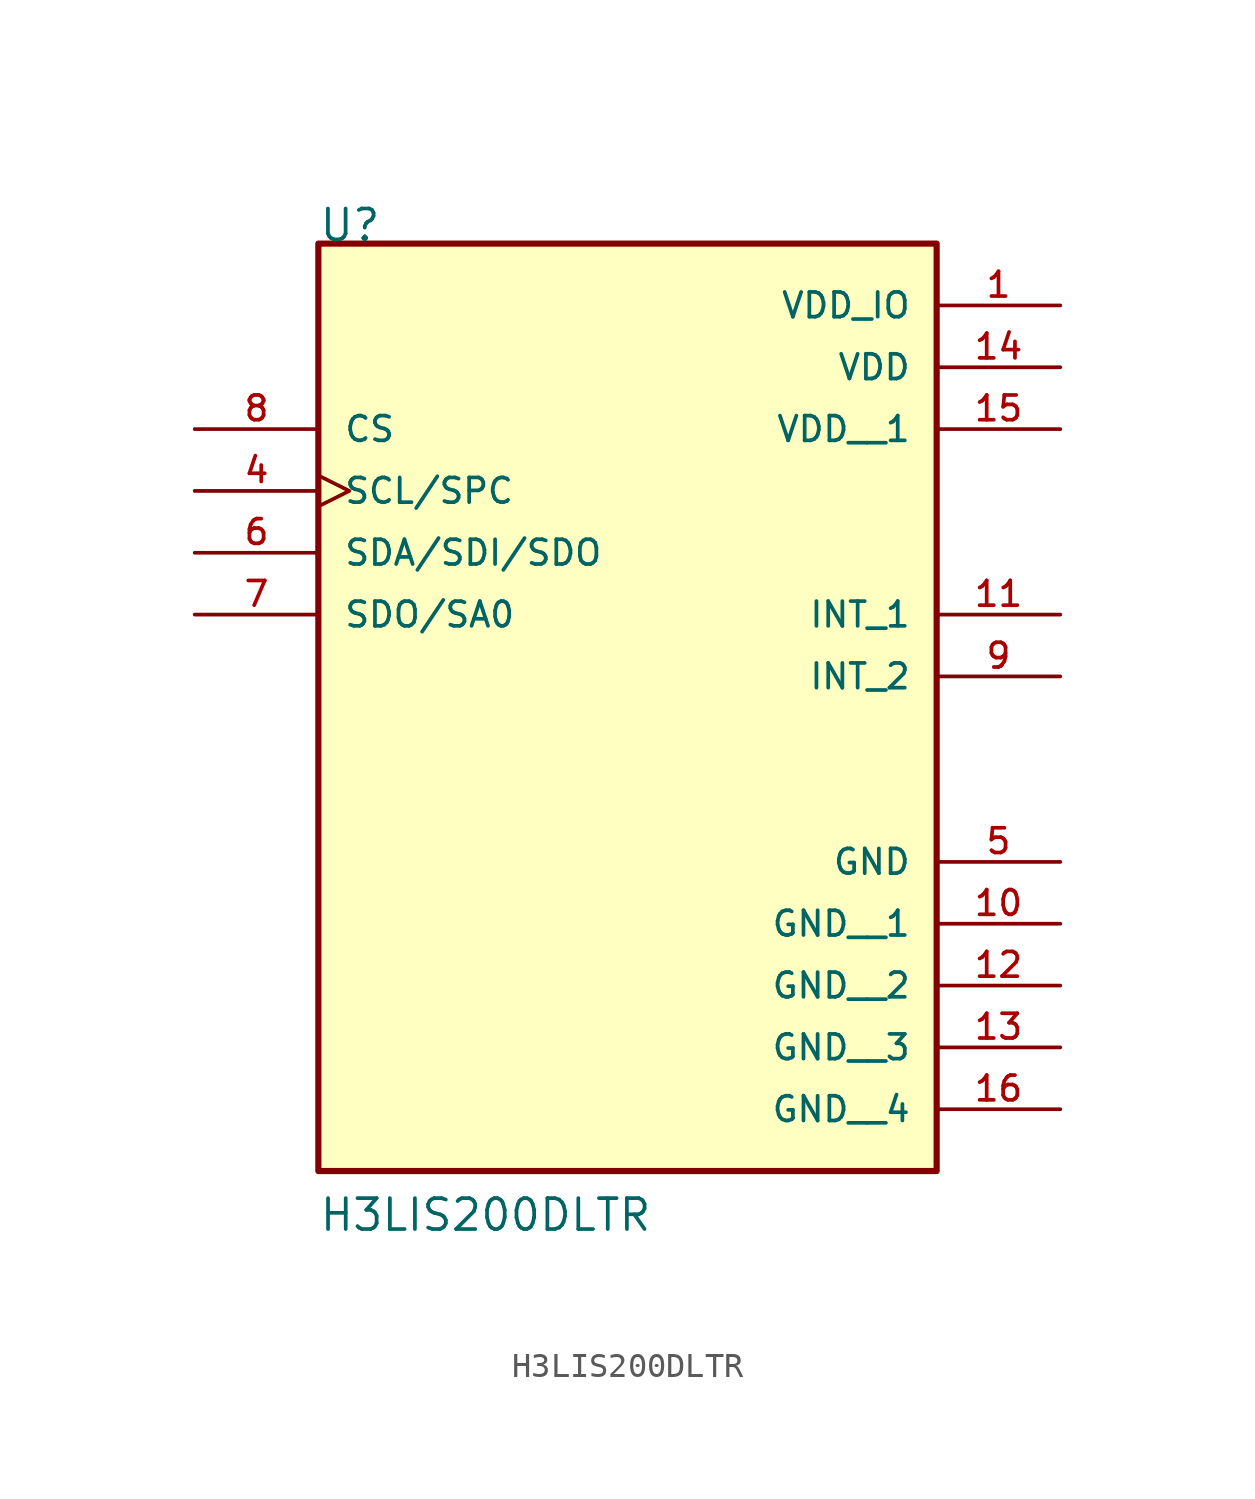
<source format=kicad_sym>
(kicad_symbol_lib
  (version 20211014)
  (generator kicad_symbol_editor)
  (symbol "H3LIS200DLTR"
    (pin_names
      (offset 1.016))
    (property "Reference" "U"
      (at -12.709 12.709 0)
      (effects (font (size 1.27 1.27)) (justify bottom left)))
    (property "Value" "H3LIS200DLTR"
      (at -12.704 -27.945 0)
      (effects (font (size 1.27 1.27)) (justify bottom left)))
    (symbol "H3LIS200DLTR_0_0"
      (rectangle (start -12.7 -25.4) (end 12.7 12.7) (stroke (width 0.254)) (fill (type background)))
      (pin power_in line (at 17.78 10.16 180.0) (length 5.08) (name "VDD_IO" (effects (font (size 1.016 1.016)))) (number "1" (effects (font (size 1.016 1.016)))))
      (pin input clock (at -17.78 2.54 0) (length 5.08) (name "SCL/SPC" (effects (font (size 1.016 1.016)))) (number "4" (effects (font (size 1.016 1.016)))))
      (pin power_in line (at 17.78 -12.7 180.0) (length 5.08) (name "GND" (effects (font (size 1.016 1.016)))) (number "5" (effects (font (size 1.016 1.016)))))
      (pin bidirectional line (at -17.78 0.0 0) (length 5.08) (name "SDA/SDI/SDO" (effects (font (size 1.016 1.016)))) (number "6" (effects (font (size 1.016 1.016)))))
      (pin output line (at -17.78 -2.54 0) (length 5.08) (name "SDO/SA0" (effects (font (size 1.016 1.016)))) (number "7" (effects (font (size 1.016 1.016)))))
      (pin input line (at -17.78 5.08 0) (length 5.08) (name "CS" (effects (font (size 1.016 1.016)))) (number "8" (effects (font (size 1.016 1.016)))))
      (pin output line (at 17.78 -5.08 180.0) (length 5.08) (name "INT_2" (effects (font (size 1.016 1.016)))) (number "9" (effects (font (size 1.016 1.016)))))
      (pin output line (at 17.78 -2.54 180.0) (length 5.08) (name "INT_1" (effects (font (size 1.016 1.016)))) (number "11" (effects (font (size 1.016 1.016)))))
      (pin power_in line (at 17.78 7.62 180.0) (length 5.08) (name "VDD" (effects (font (size 1.016 1.016)))) (number "14" (effects (font (size 1.016 1.016)))))
      (pin power_in line (at 17.78 5.08 180.0) (length 5.08) (name "VDD__1" (effects (font (size 1.016 1.016)))) (number "15" (effects (font (size 1.016 1.016)))))
      (pin power_in line (at 17.78 -15.24 180.0) (length 5.08) (name "GND__1" (effects (font (size 1.016 1.016)))) (number "10" (effects (font (size 1.016 1.016)))))
      (pin power_in line (at 17.78 -17.78 180.0) (length 5.08) (name "GND__2" (effects (font (size 1.016 1.016)))) (number "12" (effects (font (size 1.016 1.016)))))
      (pin power_in line (at 17.78 -20.32 180.0) (length 5.08) (name "GND__3" (effects (font (size 1.016 1.016)))) (number "13" (effects (font (size 1.016 1.016)))))
      (pin power_in line (at 17.78 -22.86 180.0) (length 5.08) (name "GND__4" (effects (font (size 1.016 1.016)))) (number "16" (effects (font (size 1.016 1.016))))))))
</source>
